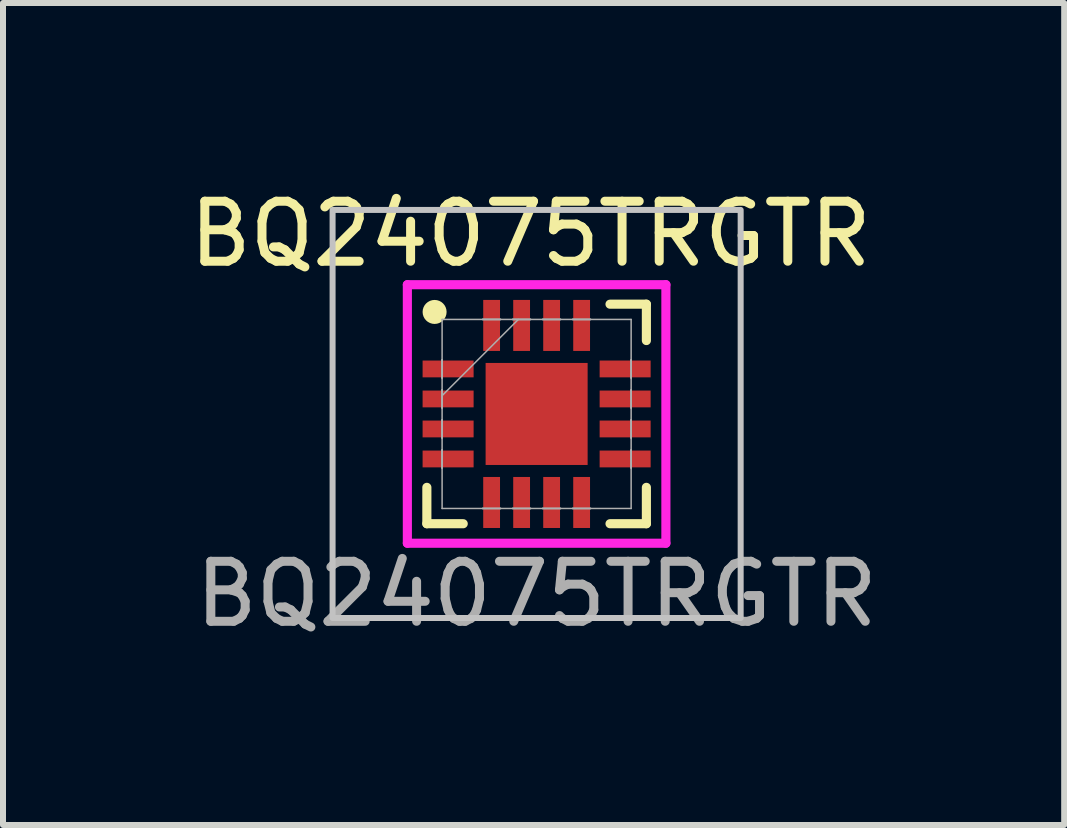
<source format=kicad_pcb>
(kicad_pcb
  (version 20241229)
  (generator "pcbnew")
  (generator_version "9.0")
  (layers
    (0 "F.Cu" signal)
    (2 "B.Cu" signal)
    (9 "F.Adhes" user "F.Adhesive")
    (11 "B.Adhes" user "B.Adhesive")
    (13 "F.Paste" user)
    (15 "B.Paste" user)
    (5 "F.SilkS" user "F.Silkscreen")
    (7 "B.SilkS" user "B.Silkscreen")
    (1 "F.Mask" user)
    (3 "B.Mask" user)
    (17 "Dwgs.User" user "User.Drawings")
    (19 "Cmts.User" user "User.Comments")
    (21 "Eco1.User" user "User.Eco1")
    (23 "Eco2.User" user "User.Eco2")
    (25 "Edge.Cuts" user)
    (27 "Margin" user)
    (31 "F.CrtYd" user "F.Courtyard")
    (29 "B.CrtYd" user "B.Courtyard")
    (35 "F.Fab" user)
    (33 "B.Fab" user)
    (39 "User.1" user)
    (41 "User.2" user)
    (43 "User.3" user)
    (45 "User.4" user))
  (footprint "BQ24075TRGTR"
    (layer "F.Cu")
    (at 5.892 3.848)
    (property "Reference" "BQ24075TRGTR" (at -0.1 -3 0) (unlocked yes) (layer "F.SilkS") (effects (font (size 1 1) (thickness 0.15))))
    (attr smd)
    (fp_poly (pts (xy -1.97 -0.96) (xy -1.97 -0.54) (xy -0.98 -0.54) (xy -0.98 -0.96)) (stroke (width 0) (type solid)) (fill yes) (layer "F.Mask"))
    (fp_poly (pts (xy -1.97 -0.46) (xy -1.97 -0.04) (xy -0.98 -0.04) (xy -0.98 -0.46)) (stroke (width 0) (type solid)) (fill yes) (layer "F.Mask"))
    (fp_poly (pts (xy -1.97 0.04) (xy -1.97 0.46) (xy -0.98 0.46) (xy -0.98 0.04)) (stroke (width 0) (type solid)) (fill yes) (layer "F.Mask"))
    (fp_poly (pts (xy -1.97 0.54) (xy -1.97 0.96) (xy -0.98 0.96) (xy -0.98 0.54)) (stroke (width 0) (type solid)) (fill yes) (layer "F.Mask"))
    (fp_poly (pts (xy -0.96 -1.97) (xy -0.96 -0.98) (xy -0.541 -0.98) (xy -0.541 -1.97)) (stroke (width 0) (type solid)) (fill yes) (layer "F.Mask"))
    (fp_poly (pts (xy -0.96 0.98) (xy -0.96 1.97) (xy -0.541 1.97) (xy -0.541 0.98)) (stroke (width 0) (type solid)) (fill yes) (layer "F.Mask"))
    (fp_poly (pts (xy -0.913 -0.913) (xy -0.594 -0.913) (xy -0.594 0.913) (xy -0.913 0.913)) (stroke (width 0) (type solid)) (fill yes) (layer "F.Mask"))
    (fp_poly (pts (xy -0.913 -0.913) (xy 0.913 -0.913) (xy 0.913 -0.594) (xy -0.913 -0.594)) (stroke (width 0) (type solid)) (fill yes) (layer "F.Mask"))
    (fp_poly (pts (xy -0.913 -0.194) (xy 0.913 -0.194) (xy 0.913 0.194) (xy -0.913 0.194)) (stroke (width 0) (type solid)) (fill yes) (layer "F.Mask"))
    (fp_poly (pts (xy -0.913 0.594) (xy 0.913 0.594) (xy 0.913 0.913) (xy -0.913 0.913)) (stroke (width 0) (type solid)) (fill yes) (layer "F.Mask"))
    (fp_poly (pts (xy -0.46 -1.97) (xy -0.46 -0.98) (xy -0.04 -0.98) (xy -0.04 -1.97)) (stroke (width 0) (type solid)) (fill yes) (layer "F.Mask"))
    (fp_poly (pts (xy -0.46 0.98) (xy -0.46 1.97) (xy -0.04 1.97) (xy -0.04 0.98)) (stroke (width 0) (type solid)) (fill yes) (layer "F.Mask"))
    (fp_poly (pts (xy 0.04 -1.97) (xy 0.04 -0.98) (xy 0.46 -0.98) (xy 0.46 -1.97)) (stroke (width 0) (type solid)) (fill yes) (layer "F.Mask"))
    (fp_poly (pts (xy 0.04 0.98) (xy 0.04 1.97) (xy 0.46 1.97) (xy 0.46 0.98)) (stroke (width 0) (type solid)) (fill yes) (layer "F.Mask"))
    (fp_poly (pts (xy 0.194 -0.913) (xy -0.194 -0.913) (xy -0.194 0.913) (xy 0.194 0.913)) (stroke (width 0) (type solid)) (fill yes) (layer "F.Mask"))
    (fp_poly (pts (xy 0.541 -1.97) (xy 0.541 -0.98) (xy 0.96 -0.98) (xy 0.96 -1.97)) (stroke (width 0) (type solid)) (fill yes) (layer "F.Mask"))
    (fp_poly (pts (xy 0.541 0.98) (xy 0.541 1.97) (xy 0.96 1.97) (xy 0.96 0.98)) (stroke (width 0) (type solid)) (fill yes) (layer "F.Mask"))
    (fp_poly (pts (xy 0.594 -0.913) (xy 0.913 -0.913) (xy 0.913 0.913) (xy 0.594 0.913)) (stroke (width 0) (type solid)) (fill yes) (layer "F.Mask"))
    (fp_poly (pts (xy 0.98 -0.96) (xy 0.98 -0.54) (xy 1.97 -0.54) (xy 1.97 -0.96)) (stroke (width 0) (type solid)) (fill yes) (layer "F.Mask"))
    (fp_poly (pts (xy 0.98 -0.46) (xy 0.98 -0.04) (xy 1.97 -0.04) (xy 1.97 -0.46)) (stroke (width 0) (type solid)) (fill yes) (layer "F.Mask"))
    (fp_poly (pts (xy 0.98 0.04) (xy 0.98 0.46) (xy 1.97 0.46) (xy 1.97 0.04)) (stroke (width 0) (type solid)) (fill yes) (layer "F.Mask"))
    (fp_poly (pts (xy 0.98 0.54) (xy 0.98 0.96) (xy 1.97 0.96) (xy 1.97 0.54)) (stroke (width 0) (type solid)) (fill yes) (layer "F.Mask"))
    (fp_line (start -1.829 1.223) (end -1.829 1.829) (stroke (width 0.152) (type solid)) (layer "F.SilkS"))
    (fp_line (start -1.829 1.829) (end -1.223 1.829) (stroke (width 0.152) (type solid)) (layer "F.SilkS"))
    (fp_line (start 1.223 1.829) (end 1.829 1.829) (stroke (width 0.152) (type solid)) (layer "F.SilkS"))
    (fp_line (start 1.829 -1.829) (end 1.223 -1.829) (stroke (width 0.152) (type solid)) (layer "F.SilkS"))
    (fp_line (start 1.829 -1.223) (end 1.829 -1.829) (stroke (width 0.152) (type solid)) (layer "F.SilkS"))
    (fp_line (start 1.829 1.829) (end 1.829 1.223) (stroke (width 0.152) (type solid)) (layer "F.SilkS"))
    (fp_circle (center -1.7 -1.7) (end -1.6 -1.7) (stroke (width 0.2) (type default)) (fill no) (layer "F.SilkS"))
    (fp_poly (pts (xy -1.875 -0.865) (xy -1.875 -0.635) (xy -1.075 -0.635) (xy -1.075 -0.865)) (stroke (width 0) (type solid)) (fill yes) (layer "F.Paste"))
    (fp_poly (pts (xy -1.875 -0.365) (xy -1.875 -0.135) (xy -1.075 -0.135) (xy -1.075 -0.365)) (stroke (width 0) (type solid)) (fill yes) (layer "F.Paste"))
    (fp_poly (pts (xy -1.875 0.135) (xy -1.875 0.365) (xy -1.075 0.365) (xy -1.075 0.135)) (stroke (width 0) (type solid)) (fill yes) (layer "F.Paste"))
    (fp_poly (pts (xy -1.875 0.635) (xy -1.875 0.865) (xy -1.075 0.865) (xy -1.075 0.635)) (stroke (width 0) (type solid)) (fill yes) (layer "F.Paste"))
    (fp_poly (pts (xy -0.865 -1.875) (xy -0.865 -1.075) (xy -0.635 -1.075) (xy -0.635 -1.875)) (stroke (width 0) (type solid)) (fill yes) (layer "F.Paste"))
    (fp_poly (pts (xy -0.865 1.075) (xy -0.865 1.875) (xy -0.635 1.875) (xy -0.635 1.075)) (stroke (width 0) (type solid)) (fill yes) (layer "F.Paste"))
    (fp_poly (pts (xy -0.365 -1.875) (xy -0.365 -1.075) (xy -0.135 -1.075) (xy -0.135 -1.875)) (stroke (width 0) (type solid)) (fill yes) (layer "F.Paste"))
    (fp_poly (pts (xy -0.365 1.075) (xy -0.365 1.875) (xy -0.135 1.875) (xy -0.135 1.075)) (stroke (width 0) (type solid)) (fill yes) (layer "F.Paste"))
    (fp_poly (pts (xy 0.135 -1.875) (xy 0.135 -1.075) (xy 0.365 -1.075) (xy 0.365 -1.875)) (stroke (width 0) (type solid)) (fill yes) (layer "F.Paste"))
    (fp_poly (pts (xy 0.135 1.075) (xy 0.135 1.875) (xy 0.365 1.875) (xy 0.365 1.075)) (stroke (width 0) (type solid)) (fill yes) (layer "F.Paste"))
    (fp_poly (pts (xy 0.635 -1.875) (xy 0.635 -1.075) (xy 0.865 -1.075) (xy 0.865 -1.875)) (stroke (width 0) (type solid)) (fill yes) (layer "F.Paste"))
    (fp_poly (pts (xy 0.635 1.075) (xy 0.635 1.875) (xy 0.865 1.875) (xy 0.865 1.075)) (stroke (width 0) (type solid)) (fill yes) (layer "F.Paste"))
    (fp_poly (pts (xy 1.075 -0.865) (xy 1.075 -0.635) (xy 1.875 -0.635) (xy 1.875 -0.865)) (stroke (width 0) (type solid)) (fill yes) (layer "F.Paste"))
    (fp_poly (pts (xy 1.075 -0.365) (xy 1.075 -0.135) (xy 1.875 -0.135) (xy 1.875 -0.365)) (stroke (width 0) (type solid)) (fill yes) (layer "F.Paste"))
    (fp_poly (pts (xy 1.075 0.135) (xy 1.075 0.365) (xy 1.875 0.365) (xy 1.875 0.135)) (stroke (width 0) (type solid)) (fill yes) (layer "F.Paste"))
    (fp_poly (pts (xy 1.075 0.635) (xy 1.075 0.865) (xy 1.875 0.865) (xy 1.875 0.635)) (stroke (width 0) (type solid)) (fill yes) (layer "F.Paste"))
    (fp_poly (pts (xy -0.775 -0.775) (xy -0.775 -0.494) (xy -0.635 -0.494) (xy -0.494 -0.635) (xy -0.494 -0.775)) (stroke (width 0) (type solid)) (fill yes) (layer "F.Paste"))
    (fp_poly (pts (xy -0.775 0.494) (xy -0.775 0.775) (xy -0.494 0.775) (xy -0.494 0.635) (xy -0.635 0.494)) (stroke (width 0) (type solid)) (fill yes) (layer "F.Paste"))
    (fp_poly (pts (xy 0.494 -0.775) (xy 0.494 -0.635) (xy 0.635 -0.494) (xy 0.775 -0.494) (xy 0.775 -0.775)) (stroke (width 0) (type solid)) (fill yes) (layer "F.Paste"))
    (fp_poly (pts (xy 0.635 0.494) (xy 0.494 0.635) (xy 0.494 0.775) (xy 0.775 0.775) (xy 0.775 0.494)) (stroke (width 0) (type solid)) (fill yes) (layer "F.Paste"))
    (fp_poly (pts (xy -0.775 -0.294) (xy -0.775 0.294) (xy -0.635 0.294) (xy -0.494 0.152) (xy -0.494 -0.152) (xy -0.635 -0.294)) (stroke (width 0) (type solid)) (fill yes) (layer "F.Paste"))
    (fp_poly (pts (xy -0.294 -0.775) (xy -0.294 -0.635) (xy -0.152 -0.494) (xy 0.152 -0.494) (xy 0.294 -0.635) (xy 0.294 -0.775)) (stroke (width 0) (type solid)) (fill yes) (layer "F.Paste"))
    (fp_poly (pts (xy -0.152 0.494) (xy -0.294 0.635) (xy -0.294 0.775) (xy 0.294 0.775) (xy 0.294 0.635) (xy 0.152 0.494)) (stroke (width 0) (type solid)) (fill yes) (layer "F.Paste"))
    (fp_poly (pts (xy 0.635 -0.294) (xy 0.494 -0.152) (xy 0.494 0.152) (xy 0.635 0.294) (xy 0.775 0.294) (xy 0.775 -0.294)) (stroke (width 0) (type solid)) (fill yes) (layer "F.Paste"))
    (fp_poly (pts (xy -0.152 -0.294) (xy -0.294 -0.152) (xy -0.294 0.152) (xy -0.152 0.294) (xy 0.152 0.294) (xy 0.294 0.152) (xy 0.294 -0.152) (xy 0.152 -0.294)) (stroke (width 0) (type solid)) (fill yes) (layer "F.Paste"))
    (fp_rect (start -3.4 -3.4) (end 3.4 3.4) (stroke (width 0.1) (type default)) (fill no) (layer "Dwgs.User"))
    (fp_line (start -2.154 -2.154) (end 2.154 -2.154) (stroke (width 0.152) (type solid)) (layer "F.CrtYd"))
    (fp_line (start -2.154 2.154) (end -2.154 -2.154) (stroke (width 0.152) (type solid)) (layer "F.CrtYd"))
    (fp_line (start 2.154 -2.154) (end 2.154 2.154) (stroke (width 0.152) (type solid)) (layer "F.CrtYd"))
    (fp_line (start 2.154 2.154) (end -2.154 2.154) (stroke (width 0.152) (type solid)) (layer "F.CrtYd"))
    (fp_line (start -1.575 -1.575) (end -1.575 1.575) (stroke (width 0.025) (type solid)) (layer "F.Fab"))
    (fp_line (start -1.575 -0.9) (end -1.575 -0.9) (stroke (width 0.025) (type solid)) (layer "F.Fab"))
    (fp_line (start -1.575 -0.9) (end -1.575 -0.6) (stroke (width 0.025) (type solid)) (layer "F.Fab"))
    (fp_line (start -1.575 -0.6) (end -1.575 -0.9) (stroke (width 0.025) (type solid)) (layer "F.Fab"))
    (fp_line (start -1.575 -0.6) (end -1.575 -0.6) (stroke (width 0.025) (type solid)) (layer "F.Fab"))
    (fp_line (start -1.575 -0.4) (end -1.575 -0.4) (stroke (width 0.025) (type solid)) (layer "F.Fab"))
    (fp_line (start -1.575 -0.4) (end -1.575 -0.1) (stroke (width 0.025) (type solid)) (layer "F.Fab"))
    (fp_line (start -1.575 -0.305) (end -0.305 -1.575) (stroke (width 0.025) (type solid)) (layer "F.Fab"))
    (fp_line (start -1.575 -0.1) (end -1.575 -0.4) (stroke (width 0.025) (type solid)) (layer "F.Fab"))
    (fp_line (start -1.575 -0.1) (end -1.575 -0.1) (stroke (width 0.025) (type solid)) (layer "F.Fab"))
    (fp_line (start -1.575 0.1) (end -1.575 0.1) (stroke (width 0.025) (type solid)) (layer "F.Fab"))
    (fp_line (start -1.575 0.1) (end -1.575 0.4) (stroke (width 0.025) (type solid)) (layer "F.Fab"))
    (fp_line (start -1.575 0.4) (end -1.575 0.1) (stroke (width 0.025) (type solid)) (layer "F.Fab"))
    (fp_line (start -1.575 0.4) (end -1.575 0.4) (stroke (width 0.025) (type solid)) (layer "F.Fab"))
    (fp_line (start -1.575 0.6) (end -1.575 0.6) (stroke (width 0.025) (type solid)) (layer "F.Fab"))
    (fp_line (start -1.575 0.6) (end -1.575 0.9) (stroke (width 0.025) (type solid)) (layer "F.Fab"))
    (fp_line (start -1.575 0.9) (end -1.575 0.6) (stroke (width 0.025) (type solid)) (layer "F.Fab"))
    (fp_line (start -1.575 0.9) (end -1.575 0.9) (stroke (width 0.025) (type solid)) (layer "F.Fab"))
    (fp_line (start -1.575 1.575) (end 1.575 1.575) (stroke (width 0.025) (type solid)) (layer "F.Fab"))
    (fp_line (start -0.9 -1.575) (end -0.9 -1.575) (stroke (width 0.025) (type solid)) (layer "F.Fab"))
    (fp_line (start -0.9 -1.575) (end -0.6 -1.575) (stroke (width 0.025) (type solid)) (layer "F.Fab"))
    (fp_line (start -0.9 1.575) (end -0.9 1.575) (stroke (width 0.025) (type solid)) (layer "F.Fab"))
    (fp_line (start -0.9 1.575) (end -0.6 1.575) (stroke (width 0.025) (type solid)) (layer "F.Fab"))
    (fp_line (start -0.6 -1.575) (end -0.9 -1.575) (stroke (width 0.025) (type solid)) (layer "F.Fab"))
    (fp_line (start -0.6 -1.575) (end -0.6 -1.575) (stroke (width 0.025) (type solid)) (layer "F.Fab"))
    (fp_line (start -0.6 1.575) (end -0.9 1.575) (stroke (width 0.025) (type solid)) (layer "F.Fab"))
    (fp_line (start -0.6 1.575) (end -0.6 1.575) (stroke (width 0.025) (type solid)) (layer "F.Fab"))
    (fp_line (start -0.4 -1.575) (end -0.4 -1.575) (stroke (width 0.025) (type solid)) (layer "F.Fab"))
    (fp_line (start -0.4 -1.575) (end -0.1 -1.575) (stroke (width 0.025) (type solid)) (layer "F.Fab"))
    (fp_line (start -0.4 1.575) (end -0.4 1.575) (stroke (width 0.025) (type solid)) (layer "F.Fab"))
    (fp_line (start -0.4 1.575) (end -0.1 1.575) (stroke (width 0.025) (type solid)) (layer "F.Fab"))
    (fp_line (start -0.1 -1.575) (end -0.4 -1.575) (stroke (width 0.025) (type solid)) (layer "F.Fab"))
    (fp_line (start -0.1 -1.575) (end -0.1 -1.575) (stroke (width 0.025) (type solid)) (layer "F.Fab"))
    (fp_line (start -0.1 1.575) (end -0.4 1.575) (stroke (width 0.025) (type solid)) (layer "F.Fab"))
    (fp_line (start -0.1 1.575) (end -0.1 1.575) (stroke (width 0.025) (type solid)) (layer "F.Fab"))
    (fp_line (start 0.1 -1.575) (end 0.1 -1.575) (stroke (width 0.025) (type solid)) (layer "F.Fab"))
    (fp_line (start 0.1 -1.575) (end 0.4 -1.575) (stroke (width 0.025) (type solid)) (layer "F.Fab"))
    (fp_line (start 0.1 1.575) (end 0.1 1.575) (stroke (width 0.025) (type solid)) (layer "F.Fab"))
    (fp_line (start 0.1 1.575) (end 0.4 1.575) (stroke (width 0.025) (type solid)) (layer "F.Fab"))
    (fp_line (start 0.4 -1.575) (end 0.1 -1.575) (stroke (width 0.025) (type solid)) (layer "F.Fab"))
    (fp_line (start 0.4 -1.575) (end 0.4 -1.575) (stroke (width 0.025) (type solid)) (layer "F.Fab"))
    (fp_line (start 0.4 1.575) (end 0.1 1.575) (stroke (width 0.025) (type solid)) (layer "F.Fab"))
    (fp_line (start 0.4 1.575) (end 0.4 1.575) (stroke (width 0.025) (type solid)) (layer "F.Fab"))
    (fp_line (start 0.6 -1.575) (end 0.6 -1.575) (stroke (width 0.025) (type solid)) (layer "F.Fab"))
    (fp_line (start 0.6 -1.575) (end 0.9 -1.575) (stroke (width 0.025) (type solid)) (layer "F.Fab"))
    (fp_line (start 0.6 1.575) (end 0.6 1.575) (stroke (width 0.025) (type solid)) (layer "F.Fab"))
    (fp_line (start 0.6 1.575) (end 0.9 1.575) (stroke (width 0.025) (type solid)) (layer "F.Fab"))
    (fp_line (start 0.9 -1.575) (end 0.6 -1.575) (stroke (width 0.025) (type solid)) (layer "F.Fab"))
    (fp_line (start 0.9 -1.575) (end 0.9 -1.575) (stroke (width 0.025) (type solid)) (layer "F.Fab"))
    (fp_line (start 0.9 1.575) (end 0.6 1.575) (stroke (width 0.025) (type solid)) (layer "F.Fab"))
    (fp_line (start 0.9 1.575) (end 0.9 1.575) (stroke (width 0.025) (type solid)) (layer "F.Fab"))
    (fp_line (start 1.575 -1.575) (end -1.575 -1.575) (stroke (width 0.025) (type solid)) (layer "F.Fab"))
    (fp_line (start 1.575 -0.9) (end 1.575 -0.9) (stroke (width 0.025) (type solid)) (layer "F.Fab"))
    (fp_line (start 1.575 -0.9) (end 1.575 -0.6) (stroke (width 0.025) (type solid)) (layer "F.Fab"))
    (fp_line (start 1.575 -0.6) (end 1.575 -0.9) (stroke (width 0.025) (type solid)) (layer "F.Fab"))
    (fp_line (start 1.575 -0.6) (end 1.575 -0.6) (stroke (width 0.025) (type solid)) (layer "F.Fab"))
    (fp_line (start 1.575 -0.4) (end 1.575 -0.4) (stroke (width 0.025) (type solid)) (layer "F.Fab"))
    (fp_line (start 1.575 -0.4) (end 1.575 -0.1) (stroke (width 0.025) (type solid)) (layer "F.Fab"))
    (fp_line (start 1.575 -0.1) (end 1.575 -0.4) (stroke (width 0.025) (type solid)) (layer "F.Fab"))
    (fp_line (start 1.575 -0.1) (end 1.575 -0.1) (stroke (width 0.025) (type solid)) (layer "F.Fab"))
    (fp_line (start 1.575 0.1) (end 1.575 0.1) (stroke (width 0.025) (type solid)) (layer "F.Fab"))
    (fp_line (start 1.575 0.1) (end 1.575 0.4) (stroke (width 0.025) (type solid)) (layer "F.Fab"))
    (fp_line (start 1.575 0.4) (end 1.575 0.1) (stroke (width 0.025) (type solid)) (layer "F.Fab"))
    (fp_line (start 1.575 0.4) (end 1.575 0.4) (stroke (width 0.025) (type solid)) (layer "F.Fab"))
    (fp_line (start 1.575 0.6) (end 1.575 0.6) (stroke (width 0.025) (type solid)) (layer "F.Fab"))
    (fp_line (start 1.575 0.6) (end 1.575 0.9) (stroke (width 0.025) (type solid)) (layer "F.Fab"))
    (fp_line (start 1.575 0.9) (end 1.575 0.6) (stroke (width 0.025) (type solid)) (layer "F.Fab"))
    (fp_line (start 1.575 0.9) (end 1.575 0.9) (stroke (width 0.025) (type solid)) (layer "F.Fab"))
    (fp_line (start 1.575 1.575) (end 1.575 -1.575) (stroke (width 0.025) (type solid)) (layer "F.Fab"))
    (fp_text user "${REFERENCE}" (at 0 3 0) (unlocked yes) (layer "F.Fab") (effects (font (size 1 1) (thickness 0.15))))
    (pad "1" smd rect (at -1.475 -0.75 90) (size 0.28 0.85) (layers "F.Cu" "F.Mask"))
    (pad "2" smd rect (at -1.475 -0.25 90) (size 0.28 0.85) (layers "F.Cu" "F.Mask"))
    (pad "3" smd rect (at -1.475 0.25 90) (size 0.28 0.85) (layers "F.Cu" "F.Mask"))
    (pad "4" smd rect (at -1.475 0.75 90) (size 0.28 0.85) (layers "F.Cu" "F.Mask"))
    (pad "5" smd rect (at -0.75 1.475) (size 0.28 0.85) (layers "F.Cu" "F.Mask"))
    (pad "6" smd rect (at -0.25 1.475) (size 0.28 0.85) (layers "F.Cu" "F.Mask"))
    (pad "7" smd rect (at 0.25 1.475) (size 0.28 0.85) (layers "F.Cu" "F.Mask"))
    (pad "8" smd rect (at 0.75 1.475) (size 0.28 0.85) (layers "F.Cu" "F.Mask"))
    (pad "9" smd rect (at 1.475 0.75 90) (size 0.28 0.85) (layers "F.Cu" "F.Mask"))
    (pad "10" smd rect (at 1.475 0.25 90) (size 0.28 0.85) (layers "F.Cu" "F.Mask"))
    (pad "11" smd rect (at 1.475 -0.25 90) (size 0.28 0.85) (layers "F.Cu" "F.Mask"))
    (pad "12" smd rect (at 1.475 -0.75 90) (size 0.28 0.85) (layers "F.Cu" "F.Mask"))
    (pad "13" smd rect (at 0.75 -1.475) (size 0.28 0.85) (layers "F.Cu" "F.Mask"))
    (pad "14" smd rect (at 0.25 -1.475) (size 0.28 0.85) (layers "F.Cu" "F.Mask"))
    (pad "15" smd rect (at -0.25 -1.475) (size 0.28 0.85) (layers "F.Cu" "F.Mask"))
    (pad "16" smd rect (at -0.75 -1.475) (size 0.28 0.85) (layers "F.Cu" "F.Mask"))
    (pad "17" smd rect (at 0 0) (size 1.7 1.7) (layers "F.Cu")))
  (gr_rect
    (start -3 -3)
    (end 14.683 10.697)
    (stroke (width 0.1) (type default))
    (fill no)
    (layer "Edge.Cuts")))
</source>
